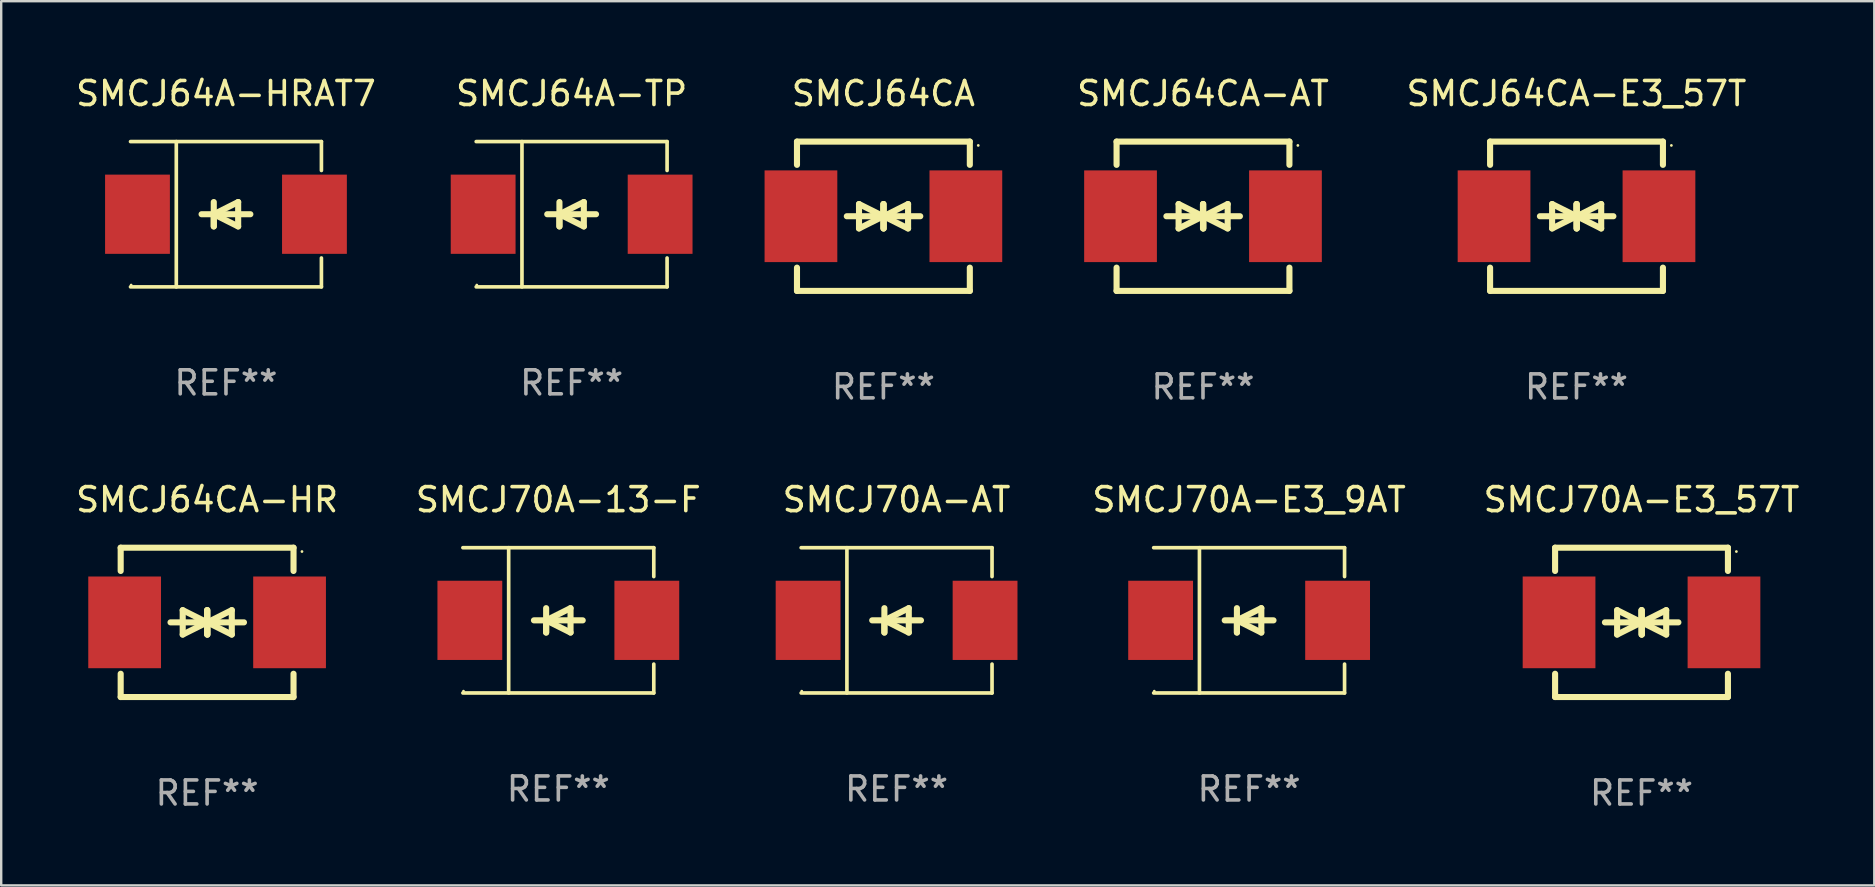
<source format=kicad_pcb>
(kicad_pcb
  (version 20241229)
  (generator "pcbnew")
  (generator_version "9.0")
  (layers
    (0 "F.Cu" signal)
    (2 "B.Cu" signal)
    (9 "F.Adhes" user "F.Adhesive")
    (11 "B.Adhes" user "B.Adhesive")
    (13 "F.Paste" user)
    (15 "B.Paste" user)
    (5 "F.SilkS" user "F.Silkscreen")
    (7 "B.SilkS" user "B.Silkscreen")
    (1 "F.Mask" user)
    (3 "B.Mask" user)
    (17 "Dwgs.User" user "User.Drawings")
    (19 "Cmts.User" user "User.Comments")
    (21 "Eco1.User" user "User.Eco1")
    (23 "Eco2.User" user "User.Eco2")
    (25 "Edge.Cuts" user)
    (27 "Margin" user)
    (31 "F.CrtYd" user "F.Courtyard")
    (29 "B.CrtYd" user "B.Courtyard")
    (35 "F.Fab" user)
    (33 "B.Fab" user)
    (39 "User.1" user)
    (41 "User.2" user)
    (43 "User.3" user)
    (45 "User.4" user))
  (footprint "SMCJ70A-E3_9AT"
    (layer "F.Cu")
    (at 48.983 22.791)
    (property "Reference" "SMCJ70A-E3_9AT" (at 0 -5.026 0) (layer "F.SilkS") (effects (font (size 1 1) (thickness 0.15))))
    (attr through_hole)
    (fp_line (start -3.976 -3.026) (end 3.976 -3.026) (stroke (width 0.152) (type solid)) (layer "F.SilkS"))
    (fp_line (start -3.976 3.026) (end 3.976 3.026) (stroke (width 0.152) (type solid)) (layer "F.SilkS"))
    (fp_line (start -2.069 -3.026) (end -2.069 3.026) (stroke (width 0.152) (type solid)) (layer "F.SilkS"))
    (fp_line (start -0.508 0) (end -0.508 0.508) (stroke (width 0.254) (type solid)) (layer "F.SilkS"))
    (fp_line (start -0.508 0) (end 0.508 0.508) (stroke (width 0.254) (type solid)) (layer "F.SilkS"))
    (fp_line (start -0.508 0.508) (end -0.508 -0.508) (stroke (width 0.254) (type solid)) (layer "F.SilkS"))
    (fp_line (start 0.508 -0.508) (end -0.508 0) (stroke (width 0.254) (type solid)) (layer "F.SilkS"))
    (fp_line (start 0.508 0.508) (end 0.508 -0.508) (stroke (width 0.254) (type solid)) (layer "F.SilkS"))
    (fp_line (start 1.016 0) (end -1.016 0) (stroke (width 0.254) (type solid)) (layer "F.SilkS"))
    (fp_line (start 3.976 -3.026) (end 3.976 -1.823) (stroke (width 0.152) (type solid)) (layer "F.SilkS"))
    (fp_line (start 3.976 3.026) (end 3.976 1.823) (stroke (width 0.152) (type solid)) (layer "F.SilkS"))
    (fp_circle (center -3.95 2.95) (end -3.92 2.95) (stroke (width 0.06) (type solid)) (fill no) (layer "F.SilkS"))
    (fp_text user "REF**" (at 0 7.026 0) (layer "F.Fab") (effects (font (size 1 1) (thickness 0.15))))
    (pad "1" smd rect (at -3.686 0) (size 2.7 3.3) (layers "F.Cu" "F.Mask" "F.Paste"))
    (pad "2" smd rect (at 3.686 0) (size 2.7 3.3) (layers "F.Cu" "F.Mask" "F.Paste")))
  (footprint "SMCJ64CA-E3_57T"
    (layer "F.Cu")
    (at 62.621 5.958)
    (property "Reference" "SMCJ64CA-E3_57T" (at 0 -5.11 0) (layer "F.SilkS") (effects (font (size 1 1) (thickness 0.15))))
    (attr through_hole)
    (fp_line (start -3.6 -2.141) (end -3.6 -3.11) (stroke (width 0.254) (type solid)) (layer "F.SilkS"))
    (fp_line (start -3.6 3.11) (end -3.6 2.141) (stroke (width 0.254) (type solid)) (layer "F.SilkS"))
    (fp_line (start -1.524 0) (end 0.508 0) (stroke (width 0.254) (type solid)) (layer "F.SilkS"))
    (fp_line (start -1.016 -0.508) (end -1.016 0.508) (stroke (width 0.254) (type solid)) (layer "F.SilkS"))
    (fp_line (start -1.016 0.508) (end 0 0) (stroke (width 0.254) (type solid)) (layer "F.SilkS"))
    (fp_line (start 0 -0.508) (end 0 0.508) (stroke (width 0.254) (type solid)) (layer "F.SilkS"))
    (fp_line (start 0 0) (end -1.016 -0.508) (stroke (width 0.254) (type solid)) (layer "F.SilkS"))
    (fp_line (start 0 0) (end 0 -0.508) (stroke (width 0.254) (type solid)) (layer "F.SilkS"))
    (fp_line (start 0.012 0) (end 0.012 0.508) (stroke (width 0.254) (type solid)) (layer "F.SilkS"))
    (fp_line (start 0.012 0) (end 1.028 0.508) (stroke (width 0.254) (type solid)) (layer "F.SilkS"))
    (fp_line (start 0.012 0.508) (end 0.012 -0.508) (stroke (width 0.254) (type solid)) (layer "F.SilkS"))
    (fp_line (start 1.028 -0.508) (end 0.012 0) (stroke (width 0.254) (type solid)) (layer "F.SilkS"))
    (fp_line (start 1.028 0.508) (end 1.028 -0.508) (stroke (width 0.254) (type solid)) (layer "F.SilkS"))
    (fp_line (start 1.536 0) (end -0.496 0) (stroke (width 0.254) (type solid)) (layer "F.SilkS"))
    (fp_line (start 3.6 -3.11) (end -3.6 -3.11) (stroke (width 0.254) (type solid)) (layer "F.SilkS"))
    (fp_line (start 3.6 -2.141) (end 3.6 -3.11) (stroke (width 0.254) (type solid)) (layer "F.SilkS"))
    (fp_line (start 3.6 3.11) (end -3.6 3.11) (stroke (width 0.254) (type solid)) (layer "F.SilkS"))
    (fp_line (start 3.6 3.11) (end 3.6 2.141) (stroke (width 0.254) (type solid)) (layer "F.SilkS"))
    (fp_circle (center 3.952 -2.95) (end 3.982 -2.95) (stroke (width 0.06) (type solid)) (fill no) (layer "F.SilkS"))
    (fp_text user "REF**" (at 0 7.11 0) (layer "F.Fab") (effects (font (size 1 1) (thickness 0.15))))
    (pad "1" smd rect (at 3.435 0) (size 3.03 3.82) (layers "F.Cu" "F.Mask" "F.Paste"))
    (pad "2" smd rect (at -3.435 0) (size 3.03 3.82) (layers "F.Cu" "F.Mask" "F.Paste")))
  (footprint "SMCJ64CA"
    (layer "F.Cu")
    (at 33.749 5.958)
    (property "Reference" "SMCJ64CA" (at 0 -5.11 0) (layer "F.SilkS") (effects (font (size 1 1) (thickness 0.15))))
    (attr through_hole)
    (fp_line (start -3.6 -2.141) (end -3.6 -3.11) (stroke (width 0.254) (type solid)) (layer "F.SilkS"))
    (fp_line (start -3.6 3.11) (end -3.6 2.141) (stroke (width 0.254) (type solid)) (layer "F.SilkS"))
    (fp_line (start -1.524 0) (end 0.508 0) (stroke (width 0.254) (type solid)) (layer "F.SilkS"))
    (fp_line (start -1.016 -0.508) (end -1.016 0.508) (stroke (width 0.254) (type solid)) (layer "F.SilkS"))
    (fp_line (start -1.016 0.508) (end 0 0) (stroke (width 0.254) (type solid)) (layer "F.SilkS"))
    (fp_line (start 0 -0.508) (end 0 0.508) (stroke (width 0.254) (type solid)) (layer "F.SilkS"))
    (fp_line (start 0 0) (end -1.016 -0.508) (stroke (width 0.254) (type solid)) (layer "F.SilkS"))
    (fp_line (start 0 0) (end 0 -0.508) (stroke (width 0.254) (type solid)) (layer "F.SilkS"))
    (fp_line (start 0.012 0) (end 0.012 0.508) (stroke (width 0.254) (type solid)) (layer "F.SilkS"))
    (fp_line (start 0.012 0) (end 1.028 0.508) (stroke (width 0.254) (type solid)) (layer "F.SilkS"))
    (fp_line (start 0.012 0.508) (end 0.012 -0.508) (stroke (width 0.254) (type solid)) (layer "F.SilkS"))
    (fp_line (start 1.028 -0.508) (end 0.012 0) (stroke (width 0.254) (type solid)) (layer "F.SilkS"))
    (fp_line (start 1.028 0.508) (end 1.028 -0.508) (stroke (width 0.254) (type solid)) (layer "F.SilkS"))
    (fp_line (start 1.536 0) (end -0.496 0) (stroke (width 0.254) (type solid)) (layer "F.SilkS"))
    (fp_line (start 3.6 -3.11) (end -3.6 -3.11) (stroke (width 0.254) (type solid)) (layer "F.SilkS"))
    (fp_line (start 3.6 -2.141) (end 3.6 -3.11) (stroke (width 0.254) (type solid)) (layer "F.SilkS"))
    (fp_line (start 3.6 3.11) (end -3.6 3.11) (stroke (width 0.254) (type solid)) (layer "F.SilkS"))
    (fp_line (start 3.6 3.11) (end 3.6 2.141) (stroke (width 0.254) (type solid)) (layer "F.SilkS"))
    (fp_circle (center 3.952 -2.95) (end 3.982 -2.95) (stroke (width 0.06) (type solid)) (fill no) (layer "F.SilkS"))
    (fp_text user "REF**" (at 0 7.11 0) (layer "F.Fab") (effects (font (size 1 1) (thickness 0.15))))
    (pad "1" smd rect (at 3.435 0) (size 3.03 3.82) (layers "F.Cu" "F.Mask" "F.Paste"))
    (pad "2" smd rect (at -3.435 0) (size 3.03 3.82) (layers "F.Cu" "F.Mask" "F.Paste")))
  (footprint "SMCJ70A-E3_57T"
    (layer "F.Cu")
    (at 65.329 22.875)
    (property "Reference" "SMCJ70A-E3_57T" (at 0 -5.11 0) (layer "F.SilkS") (effects (font (size 1 1) (thickness 0.15))))
    (attr through_hole)
    (fp_line (start -3.6 -2.141) (end -3.6 -3.11) (stroke (width 0.254) (type solid)) (layer "F.SilkS"))
    (fp_line (start -3.6 3.11) (end -3.6 2.141) (stroke (width 0.254) (type solid)) (layer "F.SilkS"))
    (fp_line (start -1.524 0) (end 0.508 0) (stroke (width 0.254) (type solid)) (layer "F.SilkS"))
    (fp_line (start -1.016 -0.508) (end -1.016 0.508) (stroke (width 0.254) (type solid)) (layer "F.SilkS"))
    (fp_line (start -1.016 0.508) (end 0 0) (stroke (width 0.254) (type solid)) (layer "F.SilkS"))
    (fp_line (start 0 -0.508) (end 0 0.508) (stroke (width 0.254) (type solid)) (layer "F.SilkS"))
    (fp_line (start 0 0) (end -1.016 -0.508) (stroke (width 0.254) (type solid)) (layer "F.SilkS"))
    (fp_line (start 0 0) (end 0 -0.508) (stroke (width 0.254) (type solid)) (layer "F.SilkS"))
    (fp_line (start 0.012 0) (end 0.012 0.508) (stroke (width 0.254) (type solid)) (layer "F.SilkS"))
    (fp_line (start 0.012 0) (end 1.028 0.508) (stroke (width 0.254) (type solid)) (layer "F.SilkS"))
    (fp_line (start 0.012 0.508) (end 0.012 -0.508) (stroke (width 0.254) (type solid)) (layer "F.SilkS"))
    (fp_line (start 1.028 -0.508) (end 0.012 0) (stroke (width 0.254) (type solid)) (layer "F.SilkS"))
    (fp_line (start 1.028 0.508) (end 1.028 -0.508) (stroke (width 0.254) (type solid)) (layer "F.SilkS"))
    (fp_line (start 1.536 0) (end -0.496 0) (stroke (width 0.254) (type solid)) (layer "F.SilkS"))
    (fp_line (start 3.6 -3.11) (end -3.6 -3.11) (stroke (width 0.254) (type solid)) (layer "F.SilkS"))
    (fp_line (start 3.6 -2.141) (end 3.6 -3.11) (stroke (width 0.254) (type solid)) (layer "F.SilkS"))
    (fp_line (start 3.6 3.11) (end -3.6 3.11) (stroke (width 0.254) (type solid)) (layer "F.SilkS"))
    (fp_line (start 3.6 3.11) (end 3.6 2.141) (stroke (width 0.254) (type solid)) (layer "F.SilkS"))
    (fp_circle (center 3.952 -2.95) (end 3.982 -2.95) (stroke (width 0.06) (type solid)) (fill no) (layer "F.SilkS"))
    (fp_text user "REF**" (at 0 7.11 0) (layer "F.Fab") (effects (font (size 1 1) (thickness 0.15))))
    (pad "1" smd rect (at 3.435 0) (size 3.03 3.82) (layers "F.Cu" "F.Mask" "F.Paste"))
    (pad "2" smd rect (at -3.435 0) (size 3.03 3.82) (layers "F.Cu" "F.Mask" "F.Paste")))
  (footprint "SMCJ70A-13-F"
    (layer "F.Cu")
    (at 20.208 22.791)
    (property "Reference" "SMCJ70A-13-F" (at 0 -5.026 0) (layer "F.SilkS") (effects (font (size 1 1) (thickness 0.15))))
    (attr through_hole)
    (fp_line (start -3.976 -3.026) (end 3.976 -3.026) (stroke (width 0.152) (type solid)) (layer "F.SilkS"))
    (fp_line (start -3.976 3.026) (end 3.976 3.026) (stroke (width 0.152) (type solid)) (layer "F.SilkS"))
    (fp_line (start -2.069 -3.026) (end -2.069 3.026) (stroke (width 0.152) (type solid)) (layer "F.SilkS"))
    (fp_line (start -0.508 0) (end -0.508 0.508) (stroke (width 0.254) (type solid)) (layer "F.SilkS"))
    (fp_line (start -0.508 0) (end 0.508 0.508) (stroke (width 0.254) (type solid)) (layer "F.SilkS"))
    (fp_line (start -0.508 0.508) (end -0.508 -0.508) (stroke (width 0.254) (type solid)) (layer "F.SilkS"))
    (fp_line (start 0.508 -0.508) (end -0.508 0) (stroke (width 0.254) (type solid)) (layer "F.SilkS"))
    (fp_line (start 0.508 0.508) (end 0.508 -0.508) (stroke (width 0.254) (type solid)) (layer "F.SilkS"))
    (fp_line (start 1.016 0) (end -1.016 0) (stroke (width 0.254) (type solid)) (layer "F.SilkS"))
    (fp_line (start 3.976 -3.026) (end 3.976 -1.823) (stroke (width 0.152) (type solid)) (layer "F.SilkS"))
    (fp_line (start 3.976 3.026) (end 3.976 1.823) (stroke (width 0.152) (type solid)) (layer "F.SilkS"))
    (fp_circle (center -3.95 2.95) (end -3.92 2.95) (stroke (width 0.06) (type solid)) (fill no) (layer "F.SilkS"))
    (fp_text user "REF**" (at 0 7.026 0) (layer "F.Fab") (effects (font (size 1 1) (thickness 0.15))))
    (pad "1" smd rect (at -3.686 0) (size 2.7 3.3) (layers "F.Cu" "F.Mask" "F.Paste"))
    (pad "2" smd rect (at 3.686 0) (size 2.7 3.3) (layers "F.Cu" "F.Mask" "F.Paste")))
  (footprint "SMCJ64CA-HR"
    (layer "F.Cu")
    (at 5.577 22.875)
    (property "Reference" "SMCJ64CA-HR" (at 0 -5.11 0) (layer "F.SilkS") (effects (font (size 1 1) (thickness 0.15))))
    (attr through_hole)
    (fp_line (start -3.6 -2.141) (end -3.6 -3.11) (stroke (width 0.254) (type solid)) (layer "F.SilkS"))
    (fp_line (start -3.6 3.11) (end -3.6 2.141) (stroke (width 0.254) (type solid)) (layer "F.SilkS"))
    (fp_line (start -1.524 0) (end 0.508 0) (stroke (width 0.254) (type solid)) (layer "F.SilkS"))
    (fp_line (start -1.016 -0.508) (end -1.016 0.508) (stroke (width 0.254) (type solid)) (layer "F.SilkS"))
    (fp_line (start -1.016 0.508) (end 0 0) (stroke (width 0.254) (type solid)) (layer "F.SilkS"))
    (fp_line (start 0 -0.508) (end 0 0.508) (stroke (width 0.254) (type solid)) (layer "F.SilkS"))
    (fp_line (start 0 0) (end -1.016 -0.508) (stroke (width 0.254) (type solid)) (layer "F.SilkS"))
    (fp_line (start 0 0) (end 0 -0.508) (stroke (width 0.254) (type solid)) (layer "F.SilkS"))
    (fp_line (start 0.012 0) (end 0.012 0.508) (stroke (width 0.254) (type solid)) (layer "F.SilkS"))
    (fp_line (start 0.012 0) (end 1.028 0.508) (stroke (width 0.254) (type solid)) (layer "F.SilkS"))
    (fp_line (start 0.012 0.508) (end 0.012 -0.508) (stroke (width 0.254) (type solid)) (layer "F.SilkS"))
    (fp_line (start 1.028 -0.508) (end 0.012 0) (stroke (width 0.254) (type solid)) (layer "F.SilkS"))
    (fp_line (start 1.028 0.508) (end 1.028 -0.508) (stroke (width 0.254) (type solid)) (layer "F.SilkS"))
    (fp_line (start 1.536 0) (end -0.496 0) (stroke (width 0.254) (type solid)) (layer "F.SilkS"))
    (fp_line (start 3.6 -3.11) (end -3.6 -3.11) (stroke (width 0.254) (type solid)) (layer "F.SilkS"))
    (fp_line (start 3.6 -2.141) (end 3.6 -3.11) (stroke (width 0.254) (type solid)) (layer "F.SilkS"))
    (fp_line (start 3.6 3.11) (end -3.6 3.11) (stroke (width 0.254) (type solid)) (layer "F.SilkS"))
    (fp_line (start 3.6 3.11) (end 3.6 2.141) (stroke (width 0.254) (type solid)) (layer "F.SilkS"))
    (fp_circle (center 3.952 -2.95) (end 3.982 -2.95) (stroke (width 0.06) (type solid)) (fill no) (layer "F.SilkS"))
    (fp_text user "REF**" (at 0 7.11 0) (layer "F.Fab") (effects (font (size 1 1) (thickness 0.15))))
    (pad "1" smd rect (at 3.435 0) (size 3.03 3.82) (layers "F.Cu" "F.Mask" "F.Paste"))
    (pad "2" smd rect (at -3.435 0) (size 3.03 3.82) (layers "F.Cu" "F.Mask" "F.Paste")))
  (footprint "SMCJ70A-AT"
    (layer "F.Cu")
    (at 34.298 22.791)
    (property "Reference" "SMCJ70A-AT" (at 0 -5.026 0) (layer "F.SilkS") (effects (font (size 1 1) (thickness 0.15))))
    (attr through_hole)
    (fp_line (start -3.976 -3.026) (end 3.976 -3.026) (stroke (width 0.152) (type solid)) (layer "F.SilkS"))
    (fp_line (start -3.976 3.026) (end 3.976 3.026) (stroke (width 0.152) (type solid)) (layer "F.SilkS"))
    (fp_line (start -2.069 -3.026) (end -2.069 3.026) (stroke (width 0.152) (type solid)) (layer "F.SilkS"))
    (fp_line (start -0.508 0) (end -0.508 0.508) (stroke (width 0.254) (type solid)) (layer "F.SilkS"))
    (fp_line (start -0.508 0) (end 0.508 0.508) (stroke (width 0.254) (type solid)) (layer "F.SilkS"))
    (fp_line (start -0.508 0.508) (end -0.508 -0.508) (stroke (width 0.254) (type solid)) (layer "F.SilkS"))
    (fp_line (start 0.508 -0.508) (end -0.508 0) (stroke (width 0.254) (type solid)) (layer "F.SilkS"))
    (fp_line (start 0.508 0.508) (end 0.508 -0.508) (stroke (width 0.254) (type solid)) (layer "F.SilkS"))
    (fp_line (start 1.016 0) (end -1.016 0) (stroke (width 0.254) (type solid)) (layer "F.SilkS"))
    (fp_line (start 3.976 -3.026) (end 3.976 -1.823) (stroke (width 0.152) (type solid)) (layer "F.SilkS"))
    (fp_line (start 3.976 3.026) (end 3.976 1.823) (stroke (width 0.152) (type solid)) (layer "F.SilkS"))
    (fp_circle (center -3.95 2.95) (end -3.92 2.95) (stroke (width 0.06) (type solid)) (fill no) (layer "F.SilkS"))
    (fp_text user "REF**" (at 0 7.026 0) (layer "F.Fab") (effects (font (size 1 1) (thickness 0.15))))
    (pad "1" smd rect (at -3.686 0) (size 2.7 3.3) (layers "F.Cu" "F.Mask" "F.Paste"))
    (pad "2" smd rect (at 3.686 0) (size 2.7 3.3) (layers "F.Cu" "F.Mask" "F.Paste")))
  (footprint "SMCJ64A-TP"
    (layer "F.Cu")
    (at 20.762 5.874)
    (property "Reference" "SMCJ64A-TP" (at 0 -5.026 0) (layer "F.SilkS") (effects (font (size 1 1) (thickness 0.15))))
    (attr through_hole)
    (fp_line (start -3.976 -3.026) (end 3.976 -3.026) (stroke (width 0.152) (type solid)) (layer "F.SilkS"))
    (fp_line (start -3.976 3.026) (end 3.976 3.026) (stroke (width 0.152) (type solid)) (layer "F.SilkS"))
    (fp_line (start -2.069 -3.026) (end -2.069 3.026) (stroke (width 0.152) (type solid)) (layer "F.SilkS"))
    (fp_line (start -0.508 0) (end -0.508 0.508) (stroke (width 0.254) (type solid)) (layer "F.SilkS"))
    (fp_line (start -0.508 0) (end 0.508 0.508) (stroke (width 0.254) (type solid)) (layer "F.SilkS"))
    (fp_line (start -0.508 0.508) (end -0.508 -0.508) (stroke (width 0.254) (type solid)) (layer "F.SilkS"))
    (fp_line (start 0.508 -0.508) (end -0.508 0) (stroke (width 0.254) (type solid)) (layer "F.SilkS"))
    (fp_line (start 0.508 0.508) (end 0.508 -0.508) (stroke (width 0.254) (type solid)) (layer "F.SilkS"))
    (fp_line (start 1.016 0) (end -1.016 0) (stroke (width 0.254) (type solid)) (layer "F.SilkS"))
    (fp_line (start 3.976 -3.026) (end 3.976 -1.823) (stroke (width 0.152) (type solid)) (layer "F.SilkS"))
    (fp_line (start 3.976 3.026) (end 3.976 1.823) (stroke (width 0.152) (type solid)) (layer "F.SilkS"))
    (fp_circle (center -3.95 2.95) (end -3.92 2.95) (stroke (width 0.06) (type solid)) (fill no) (layer "F.SilkS"))
    (fp_text user "REF**" (at 0 7.026 0) (layer "F.Fab") (effects (font (size 1 1) (thickness 0.15))))
    (pad "1" smd rect (at -3.686 0) (size 2.7 3.3) (layers "F.Cu" "F.Mask" "F.Paste"))
    (pad "2" smd rect (at 3.686 0) (size 2.7 3.3) (layers "F.Cu" "F.Mask" "F.Paste")))
  (footprint "SMCJ64A-HRAT7"
    (layer "F.Cu")
    (at 6.363 5.874)
    (property "Reference" "SMCJ64A-HRAT7" (at 0 -5.026 0) (layer "F.SilkS") (effects (font (size 1 1) (thickness 0.15))))
    (attr through_hole)
    (fp_line (start -3.976 -3.026) (end 3.976 -3.026) (stroke (width 0.152) (type solid)) (layer "F.SilkS"))
    (fp_line (start -3.976 3.026) (end 3.976 3.026) (stroke (width 0.152) (type solid)) (layer "F.SilkS"))
    (fp_line (start -2.069 -3.026) (end -2.069 3.026) (stroke (width 0.152) (type solid)) (layer "F.SilkS"))
    (fp_line (start -0.508 0) (end -0.508 0.508) (stroke (width 0.254) (type solid)) (layer "F.SilkS"))
    (fp_line (start -0.508 0) (end 0.508 0.508) (stroke (width 0.254) (type solid)) (layer "F.SilkS"))
    (fp_line (start -0.508 0.508) (end -0.508 -0.508) (stroke (width 0.254) (type solid)) (layer "F.SilkS"))
    (fp_line (start 0.508 -0.508) (end -0.508 0) (stroke (width 0.254) (type solid)) (layer "F.SilkS"))
    (fp_line (start 0.508 0.508) (end 0.508 -0.508) (stroke (width 0.254) (type solid)) (layer "F.SilkS"))
    (fp_line (start 1.016 0) (end -1.016 0) (stroke (width 0.254) (type solid)) (layer "F.SilkS"))
    (fp_line (start 3.976 -3.026) (end 3.976 -1.823) (stroke (width 0.152) (type solid)) (layer "F.SilkS"))
    (fp_line (start 3.976 3.026) (end 3.976 1.823) (stroke (width 0.152) (type solid)) (layer "F.SilkS"))
    (fp_circle (center -3.95 2.95) (end -3.92 2.95) (stroke (width 0.06) (type solid)) (fill no) (layer "F.SilkS"))
    (fp_text user "REF**" (at 0 7.026 0) (layer "F.Fab") (effects (font (size 1 1) (thickness 0.15))))
    (pad "1" smd rect (at -3.686 0) (size 2.7 3.3) (layers "F.Cu" "F.Mask" "F.Paste"))
    (pad "2" smd rect (at 3.686 0) (size 2.7 3.3) (layers "F.Cu" "F.Mask" "F.Paste")))
  (footprint "SMCJ64CA-AT"
    (layer "F.Cu")
    (at 47.062 5.958)
    (property "Reference" "SMCJ64CA-AT" (at 0 -5.11 0) (layer "F.SilkS") (effects (font (size 1 1) (thickness 0.15))))
    (attr through_hole)
    (fp_line (start -3.6 -2.141) (end -3.6 -3.11) (stroke (width 0.254) (type solid)) (layer "F.SilkS"))
    (fp_line (start -3.6 3.11) (end -3.6 2.141) (stroke (width 0.254) (type solid)) (layer "F.SilkS"))
    (fp_line (start -1.524 0) (end 0.508 0) (stroke (width 0.254) (type solid)) (layer "F.SilkS"))
    (fp_line (start -1.016 -0.508) (end -1.016 0.508) (stroke (width 0.254) (type solid)) (layer "F.SilkS"))
    (fp_line (start -1.016 0.508) (end 0 0) (stroke (width 0.254) (type solid)) (layer "F.SilkS"))
    (fp_line (start 0 -0.508) (end 0 0.508) (stroke (width 0.254) (type solid)) (layer "F.SilkS"))
    (fp_line (start 0 0) (end -1.016 -0.508) (stroke (width 0.254) (type solid)) (layer "F.SilkS"))
    (fp_line (start 0 0) (end 0 -0.508) (stroke (width 0.254) (type solid)) (layer "F.SilkS"))
    (fp_line (start 0.012 0) (end 0.012 0.508) (stroke (width 0.254) (type solid)) (layer "F.SilkS"))
    (fp_line (start 0.012 0) (end 1.028 0.508) (stroke (width 0.254) (type solid)) (layer "F.SilkS"))
    (fp_line (start 0.012 0.508) (end 0.012 -0.508) (stroke (width 0.254) (type solid)) (layer "F.SilkS"))
    (fp_line (start 1.028 -0.508) (end 0.012 0) (stroke (width 0.254) (type solid)) (layer "F.SilkS"))
    (fp_line (start 1.028 0.508) (end 1.028 -0.508) (stroke (width 0.254) (type solid)) (layer "F.SilkS"))
    (fp_line (start 1.536 0) (end -0.496 0) (stroke (width 0.254) (type solid)) (layer "F.SilkS"))
    (fp_line (start 3.6 -3.11) (end -3.6 -3.11) (stroke (width 0.254) (type solid)) (layer "F.SilkS"))
    (fp_line (start 3.6 -2.141) (end 3.6 -3.11) (stroke (width 0.254) (type solid)) (layer "F.SilkS"))
    (fp_line (start 3.6 3.11) (end -3.6 3.11) (stroke (width 0.254) (type solid)) (layer "F.SilkS"))
    (fp_line (start 3.6 3.11) (end 3.6 2.141) (stroke (width 0.254) (type solid)) (layer "F.SilkS"))
    (fp_circle (center 3.952 -2.95) (end 3.982 -2.95) (stroke (width 0.06) (type solid)) (fill no) (layer "F.SilkS"))
    (fp_text user "REF**" (at 0 7.11 0) (layer "F.Fab") (effects (font (size 1 1) (thickness 0.15))))
    (pad "1" smd rect (at 3.435 0) (size 3.03 3.82) (layers "F.Cu" "F.Mask" "F.Paste"))
    (pad "2" smd rect (at -3.435 0) (size 3.03 3.82) (layers "F.Cu" "F.Mask" "F.Paste")))
  (gr_rect
    (start -3 -3)
    (end 75.025 33.833)
    (stroke (width 0.1) (type default))
    (fill no)
    (layer "Edge.Cuts")))
</source>
